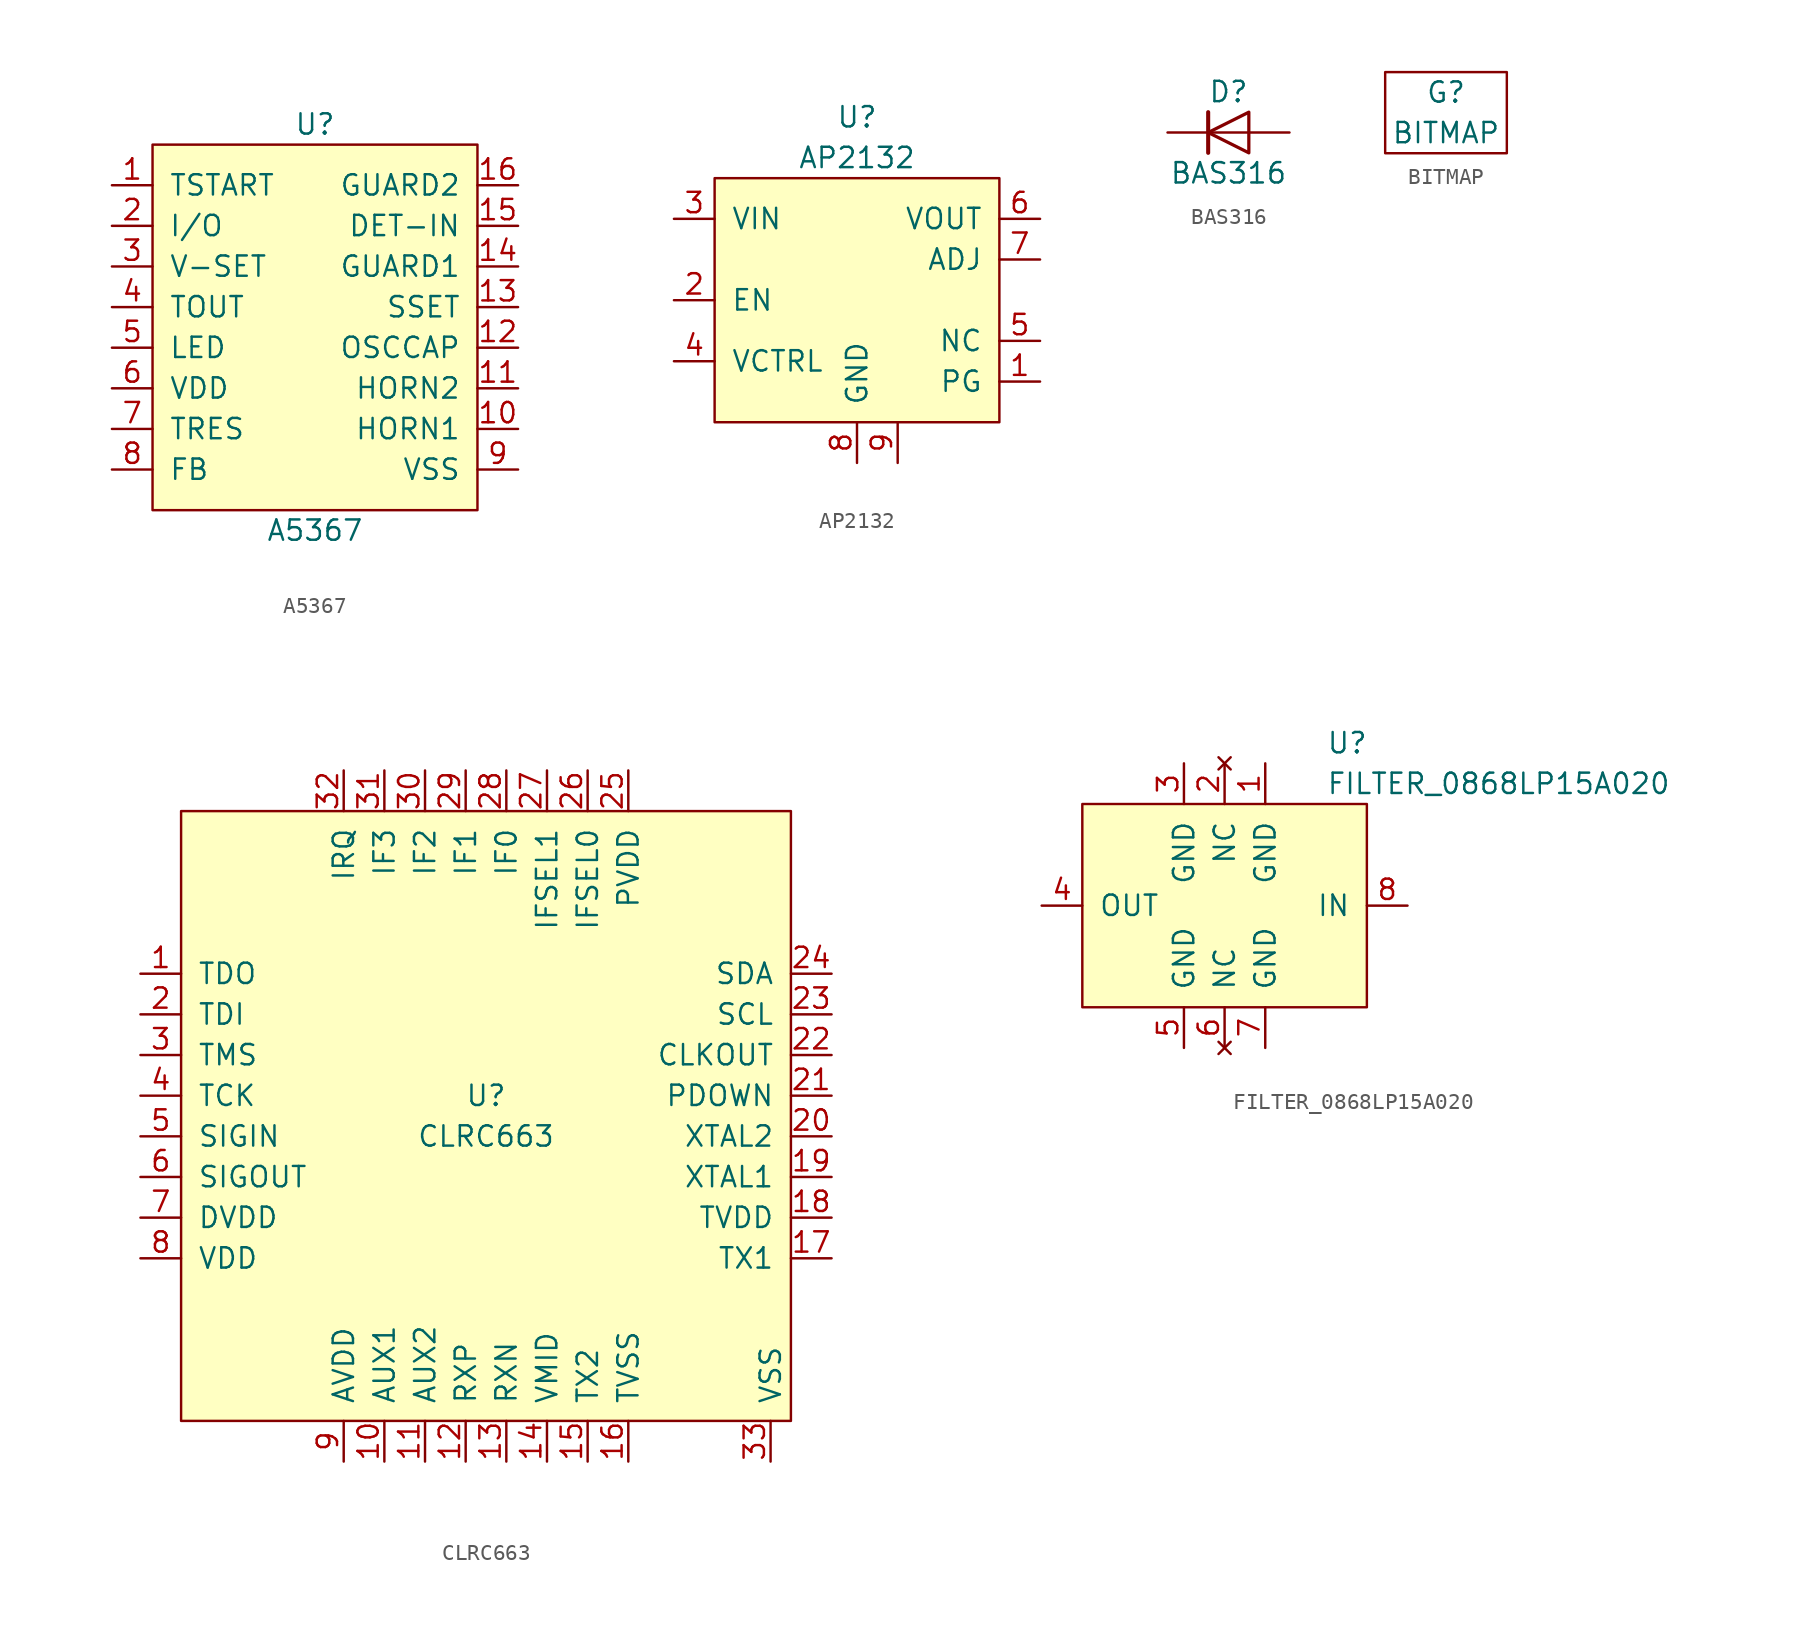
<source format=kicad_sym>
(kicad_symbol_lib
  (version 20211014)
  (generator kicad_symbol_editor)
  (symbol "A5367"
    (pin_names
      (offset 1.016))
    (property "Reference" "U"
      (at 0 12.7 0)
      (effects (font (size 1.27 1.27))))
    (property "Value" "A5367"
      (at 0 -12.7 0)
      (effects (font (size 1.27 1.27))))
    (symbol "A5367_0_1"
      (rectangle (start 10.16 11.43) (end -10.16 -11.43) (stroke (width 0) (type default) (color 0 0 0 0)) (fill (type background))))
    (symbol "A5367_1_1"
      (pin input line (at -12.7 8.89 0) (length 2.54) (name "TSTART" (effects (font (size 1.27 1.27)))) (number "1" (effects (font (size 1.27 1.27)))))
      (pin output line (at 12.7 -6.35 180) (length 2.54) (name "HORN1" (effects (font (size 1.27 1.27)))) (number "10" (effects (font (size 1.27 1.27)))))
      (pin output line (at 12.7 -3.81 180) (length 2.54) (name "HORN2" (effects (font (size 1.27 1.27)))) (number "11" (effects (font (size 1.27 1.27)))))
      (pin passive line (at 12.7 -1.27 180) (length 2.54) (name "OSCCAP" (effects (font (size 1.27 1.27)))) (number "12" (effects (font (size 1.27 1.27)))))
      (pin passive line (at 12.7 1.27 180) (length 2.54) (name "SSET" (effects (font (size 1.27 1.27)))) (number "13" (effects (font (size 1.27 1.27)))))
      (pin input line (at 12.7 3.81 180) (length 2.54) (name "GUARD1" (effects (font (size 1.27 1.27)))) (number "14" (effects (font (size 1.27 1.27)))))
      (pin input line (at 12.7 6.35 180) (length 2.54) (name "DET-IN" (effects (font (size 1.27 1.27)))) (number "15" (effects (font (size 1.27 1.27)))))
      (pin input line (at 12.7 8.89 180) (length 2.54) (name "GUARD2" (effects (font (size 1.27 1.27)))) (number "16" (effects (font (size 1.27 1.27)))))
      (pin bidirectional line (at -12.7 6.35 0) (length 2.54) (name "I/O" (effects (font (size 1.27 1.27)))) (number "2" (effects (font (size 1.27 1.27)))))
      (pin passive line (at -12.7 3.81 0) (length 2.54) (name "V-SET" (effects (font (size 1.27 1.27)))) (number "3" (effects (font (size 1.27 1.27)))))
      (pin passive line (at -12.7 1.27 0) (length 2.54) (name "TOUT" (effects (font (size 1.27 1.27)))) (number "4" (effects (font (size 1.27 1.27)))))
      (pin output line (at -12.7 -1.27 0) (length 2.54) (name "LED" (effects (font (size 1.27 1.27)))) (number "5" (effects (font (size 1.27 1.27)))))
      (pin power_in line (at -12.7 -3.81 0) (length 2.54) (name "VDD" (effects (font (size 1.27 1.27)))) (number "6" (effects (font (size 1.27 1.27)))))
      (pin passive line (at -12.7 -6.35 0) (length 2.54) (name "TRES" (effects (font (size 1.27 1.27)))) (number "7" (effects (font (size 1.27 1.27)))))
      (pin input line (at -12.7 -8.89 0) (length 2.54) (name "FB" (effects (font (size 1.27 1.27)))) (number "8" (effects (font (size 1.27 1.27)))))
      (pin power_in line (at 12.7 -8.89 180) (length 2.54) (name "VSS" (effects (font (size 1.27 1.27)))) (number "9" (effects (font (size 1.27 1.27)))))))
  (symbol "AP2132"
    (pin_names
      (offset 1.016))
    (property "Reference" "U"
      (at 0 11.43 0)
      (effects (font (size 1.27 1.27))))
    (property "Value" "AP2132"
      (at 0 8.89 0)
      (effects (font (size 1.27 1.27))))
    (symbol "AP2132_0_1"
      (rectangle (start -8.89 7.62) (end 8.89 -7.62) (stroke (width 0) (type default) (color 0 0 0 0)) (fill (type background))))
    (symbol "AP2132_1_1"
      (pin tri_state line (at 11.43 -5.08 180) (length 2.54) (name "PG" (effects (font (size 1.27 1.27)))) (number "1" (effects (font (size 1.27 1.27)))))
      (pin input line (at -11.43 0 0) (length 2.54) (name "EN" (effects (font (size 1.27 1.27)))) (number "2" (effects (font (size 1.27 1.27)))))
      (pin power_in line (at -11.43 5.08 0) (length 2.54) (name "VIN" (effects (font (size 1.27 1.27)))) (number "3" (effects (font (size 1.27 1.27)))))
      (pin power_in line (at -11.43 -3.81 0) (length 2.54) (name "VCTRL" (effects (font (size 1.27 1.27)))) (number "4" (effects (font (size 1.27 1.27)))))
      (pin tri_state line (at 11.43 -2.54 180) (length 2.54) (name "NC" (effects (font (size 1.27 1.27)))) (number "5" (effects (font (size 1.27 1.27)))))
      (pin power_out line (at 11.43 5.08 180) (length 2.54) (name "VOUT" (effects (font (size 1.27 1.27)))) (number "6" (effects (font (size 1.27 1.27)))))
      (pin input line (at 11.43 2.54 180) (length 2.54) (name "ADJ" (effects (font (size 1.27 1.27)))) (number "7" (effects (font (size 1.27 1.27)))))
      (pin power_in line (at 0 -10.16 90) (length 2.54) (name "GND" (effects (font (size 1.27 1.27)))) (number "8" (effects (font (size 1.27 1.27)))))
      (pin tri_state line (at 2.54 -10.16 90) (length 2.54) (name "" (effects (font (size 1.27 1.27)))) (number "9" (effects (font (size 1.27 1.27)))))))
  (symbol "BAS316"
    (pin_numbers hide)
    (pin_names
      (offset 1.016) hide)
    (property "Reference" "D"
      (at 0 2.54 0)
      (effects (font (size 1.27 1.27))))
    (property "Value" "BAS316"
      (at 0 -2.54 0)
      (effects (font (size 1.27 1.27))))
    (symbol "BAS316_0_1"
      (polyline (pts (xy -1.27 1.27) (xy -1.27 -1.27)) (stroke (width 0.254) (type default) (color 0 0 0 0)) (fill (type none)))
      (polyline (pts (xy 1.27 0) (xy -1.27 0)) (stroke (width 0) (type default) (color 0 0 0 0)) (fill (type none)))
      (polyline (pts (xy 1.27 1.27) (xy 1.27 -1.27) (xy -1.27 0) (xy 1.27 1.27)) (stroke (width 0.203) (type default) (color 0 0 0 0)) (fill (type none))))
    (symbol "BAS316_1_1"
      (pin passive line (at -3.81 0 0) (length 2.54) (name "K" (effects (font (size 1.27 1.27)))) (number "1" (effects (font (size 1.27 1.27)))))
      (pin passive line (at 3.81 0 180) (length 2.54) (name "A" (effects (font (size 1.27 1.27)))) (number "2" (effects (font (size 1.27 1.27)))))))
  (symbol "BITMAP"
    (pin_names
      (offset 1.016))
    (property "Reference" "G"
      (at 0 1.27 0)
      (effects (font (size 1.27 1.27))))
    (property "Value" "BITMAP"
      (at 0 -1.27 0)
      (effects (font (size 1.27 1.27))))
    (symbol "BITMAP_0_1"
      (rectangle (start -3.81 2.54) (end 3.81 -2.54) (stroke (width 0) (type default) (color 0 0 0 0)) (fill (type none)))))
  (symbol "CLRC663"
    (pin_names
      (offset 1.016))
    (property "Reference" "U"
      (at 0 1.27 0)
      (effects (font (size 1.27 1.27))))
    (property "Value" "CLRC663"
      (at 0 -1.27 0)
      (effects (font (size 1.27 1.27))))
    (symbol "CLRC663_0_1"
      (rectangle (start -19.05 -19.05) (end 19.05 19.05) (stroke (width 0) (type default) (color 0 0 0 0)) (fill (type background))))
    (symbol "CLRC663_1_1"
      (pin output line (at -21.59 8.89 0) (length 2.54) (name "TDO" (effects (font (size 1.27 1.27)))) (number "1" (effects (font (size 1.27 1.27)))))
      (pin output line (at -6.35 -21.59 90) (length 2.54) (name "AUX1" (effects (font (size 1.27 1.27)))) (number "10" (effects (font (size 1.27 1.27)))))
      (pin output line (at -3.81 -21.59 90) (length 2.54) (name "AUX2" (effects (font (size 1.27 1.27)))) (number "11" (effects (font (size 1.27 1.27)))))
      (pin input line (at -1.27 -21.59 90) (length 2.54) (name "RXP" (effects (font (size 1.27 1.27)))) (number "12" (effects (font (size 1.27 1.27)))))
      (pin input line (at 1.27 -21.59 90) (length 2.54) (name "RXN" (effects (font (size 1.27 1.27)))) (number "13" (effects (font (size 1.27 1.27)))))
      (pin power_out line (at 3.81 -21.59 90) (length 2.54) (name "VMID" (effects (font (size 1.27 1.27)))) (number "14" (effects (font (size 1.27 1.27)))))
      (pin output line (at 6.35 -21.59 90) (length 2.54) (name "TX2" (effects (font (size 1.27 1.27)))) (number "15" (effects (font (size 1.27 1.27)))))
      (pin power_in line (at 8.89 -21.59 90) (length 2.54) (name "TVSS" (effects (font (size 1.27 1.27)))) (number "16" (effects (font (size 1.27 1.27)))))
      (pin output line (at 21.59 -8.89 180) (length 2.54) (name "TX1" (effects (font (size 1.27 1.27)))) (number "17" (effects (font (size 1.27 1.27)))))
      (pin power_in line (at 21.59 -6.35 180) (length 2.54) (name "TVDD" (effects (font (size 1.27 1.27)))) (number "18" (effects (font (size 1.27 1.27)))))
      (pin input line (at 21.59 -3.81 180) (length 2.54) (name "XTAL1" (effects (font (size 1.27 1.27)))) (number "19" (effects (font (size 1.27 1.27)))))
      (pin bidirectional line (at -21.59 6.35 0) (length 2.54) (name "TDI" (effects (font (size 1.27 1.27)))) (number "2" (effects (font (size 1.27 1.27)))))
      (pin output line (at 21.59 -1.27 180) (length 2.54) (name "XTAL2" (effects (font (size 1.27 1.27)))) (number "20" (effects (font (size 1.27 1.27)))))
      (pin input line (at 21.59 1.27 180) (length 2.54) (name "PDOWN" (effects (font (size 1.27 1.27)))) (number "21" (effects (font (size 1.27 1.27)))))
      (pin output line (at 21.59 3.81 180) (length 2.54) (name "CLKOUT" (effects (font (size 1.27 1.27)))) (number "22" (effects (font (size 1.27 1.27)))))
      (pin input line (at 21.59 6.35 180) (length 2.54) (name "SCL" (effects (font (size 1.27 1.27)))) (number "23" (effects (font (size 1.27 1.27)))))
      (pin bidirectional line (at 21.59 8.89 180) (length 2.54) (name "SDA" (effects (font (size 1.27 1.27)))) (number "24" (effects (font (size 1.27 1.27)))))
      (pin power_in line (at 8.89 21.59 270) (length 2.54) (name "PVDD" (effects (font (size 1.27 1.27)))) (number "25" (effects (font (size 1.27 1.27)))))
      (pin bidirectional line (at 6.35 21.59 270) (length 2.54) (name "IFSEL0" (effects (font (size 1.27 1.27)))) (number "26" (effects (font (size 1.27 1.27)))))
      (pin bidirectional line (at 3.81 21.59 270) (length 2.54) (name "IFSEL1" (effects (font (size 1.27 1.27)))) (number "27" (effects (font (size 1.27 1.27)))))
      (pin bidirectional line (at 1.27 21.59 270) (length 2.54) (name "IF0" (effects (font (size 1.27 1.27)))) (number "28" (effects (font (size 1.27 1.27)))))
      (pin bidirectional line (at -1.27 21.59 270) (length 2.54) (name "IF1" (effects (font (size 1.27 1.27)))) (number "29" (effects (font (size 1.27 1.27)))))
      (pin bidirectional line (at -21.59 3.81 0) (length 2.54) (name "TMS" (effects (font (size 1.27 1.27)))) (number "3" (effects (font (size 1.27 1.27)))))
      (pin bidirectional line (at -3.81 21.59 270) (length 2.54) (name "IF2" (effects (font (size 1.27 1.27)))) (number "30" (effects (font (size 1.27 1.27)))))
      (pin bidirectional line (at -6.35 21.59 270) (length 2.54) (name "IF3" (effects (font (size 1.27 1.27)))) (number "31" (effects (font (size 1.27 1.27)))))
      (pin output line (at -8.89 21.59 270) (length 2.54) (name "IRQ" (effects (font (size 1.27 1.27)))) (number "32" (effects (font (size 1.27 1.27)))))
      (pin power_in line (at 17.78 -21.59 90) (length 2.54) (name "VSS" (effects (font (size 1.27 1.27)))) (number "33" (effects (font (size 1.27 1.27)))))
      (pin bidirectional line (at -21.59 1.27 0) (length 2.54) (name "TCK" (effects (font (size 1.27 1.27)))) (number "4" (effects (font (size 1.27 1.27)))))
      (pin bidirectional line (at -21.59 -1.27 0) (length 2.54) (name "SIGIN" (effects (font (size 1.27 1.27)))) (number "5" (effects (font (size 1.27 1.27)))))
      (pin output line (at -21.59 -3.81 0) (length 2.54) (name "SIGOUT" (effects (font (size 1.27 1.27)))) (number "6" (effects (font (size 1.27 1.27)))))
      (pin power_in line (at -21.59 -6.35 0) (length 2.54) (name "DVDD" (effects (font (size 1.27 1.27)))) (number "7" (effects (font (size 1.27 1.27)))))
      (pin power_in line (at -21.59 -8.89 0) (length 2.54) (name "VDD" (effects (font (size 1.27 1.27)))) (number "8" (effects (font (size 1.27 1.27)))))
      (pin power_in line (at -8.89 -21.59 90) (length 2.54) (name "AVDD" (effects (font (size 1.27 1.27)))) (number "9" (effects (font (size 1.27 1.27)))))))
  (symbol "FILTER_0868LP15A020"
    (pin_names
      (offset 1.016))
    (property "Reference" "U"
      (at 6.35 10.16 0)
      (effects (font (size 1.27 1.27)) (justify left)))
    (property "Value" "FILTER_0868LP15A020"
      (at 6.35 7.62 0)
      (effects (font (size 1.27 1.27)) (justify left)))
    (symbol "FILTER_0868LP15A020_0_1"
      (rectangle (start -8.89 6.35) (end 8.89 -6.35) (stroke (width 0) (type default) (color 0 0 0 0)) (fill (type background))))
    (symbol "FILTER_0868LP15A020_1_1"
      (pin power_in line (at 2.54 8.89 270) (length 2.54) (name "GND" (effects (font (size 1.27 1.27)))) (number "1" (effects (font (size 1.27 1.27)))))
      (pin no_connect line (at 0 8.89 270) (length 2.54) (name "NC" (effects (font (size 1.27 1.27)))) (number "2" (effects (font (size 1.27 1.27)))))
      (pin power_in line (at -2.54 8.89 270) (length 2.54) (name "GND" (effects (font (size 1.27 1.27)))) (number "3" (effects (font (size 1.27 1.27)))))
      (pin passive line (at -11.43 0 0) (length 2.54) (name "OUT" (effects (font (size 1.27 1.27)))) (number "4" (effects (font (size 1.27 1.27)))))
      (pin power_in line (at -2.54 -8.89 90) (length 2.54) (name "GND" (effects (font (size 1.27 1.27)))) (number "5" (effects (font (size 1.27 1.27)))))
      (pin no_connect line (at 0 -8.89 90) (length 2.54) (name "NC" (effects (font (size 1.27 1.27)))) (number "6" (effects (font (size 1.27 1.27)))))
      (pin power_in line (at 2.54 -8.89 90) (length 2.54) (name "GND" (effects (font (size 1.27 1.27)))) (number "7" (effects (font (size 1.27 1.27)))))
      (pin passive line (at 11.43 0 180) (length 2.54) (name "IN" (effects (font (size 1.27 1.27)))) (number "8" (effects (font (size 1.27 1.27))))))))
</source>
